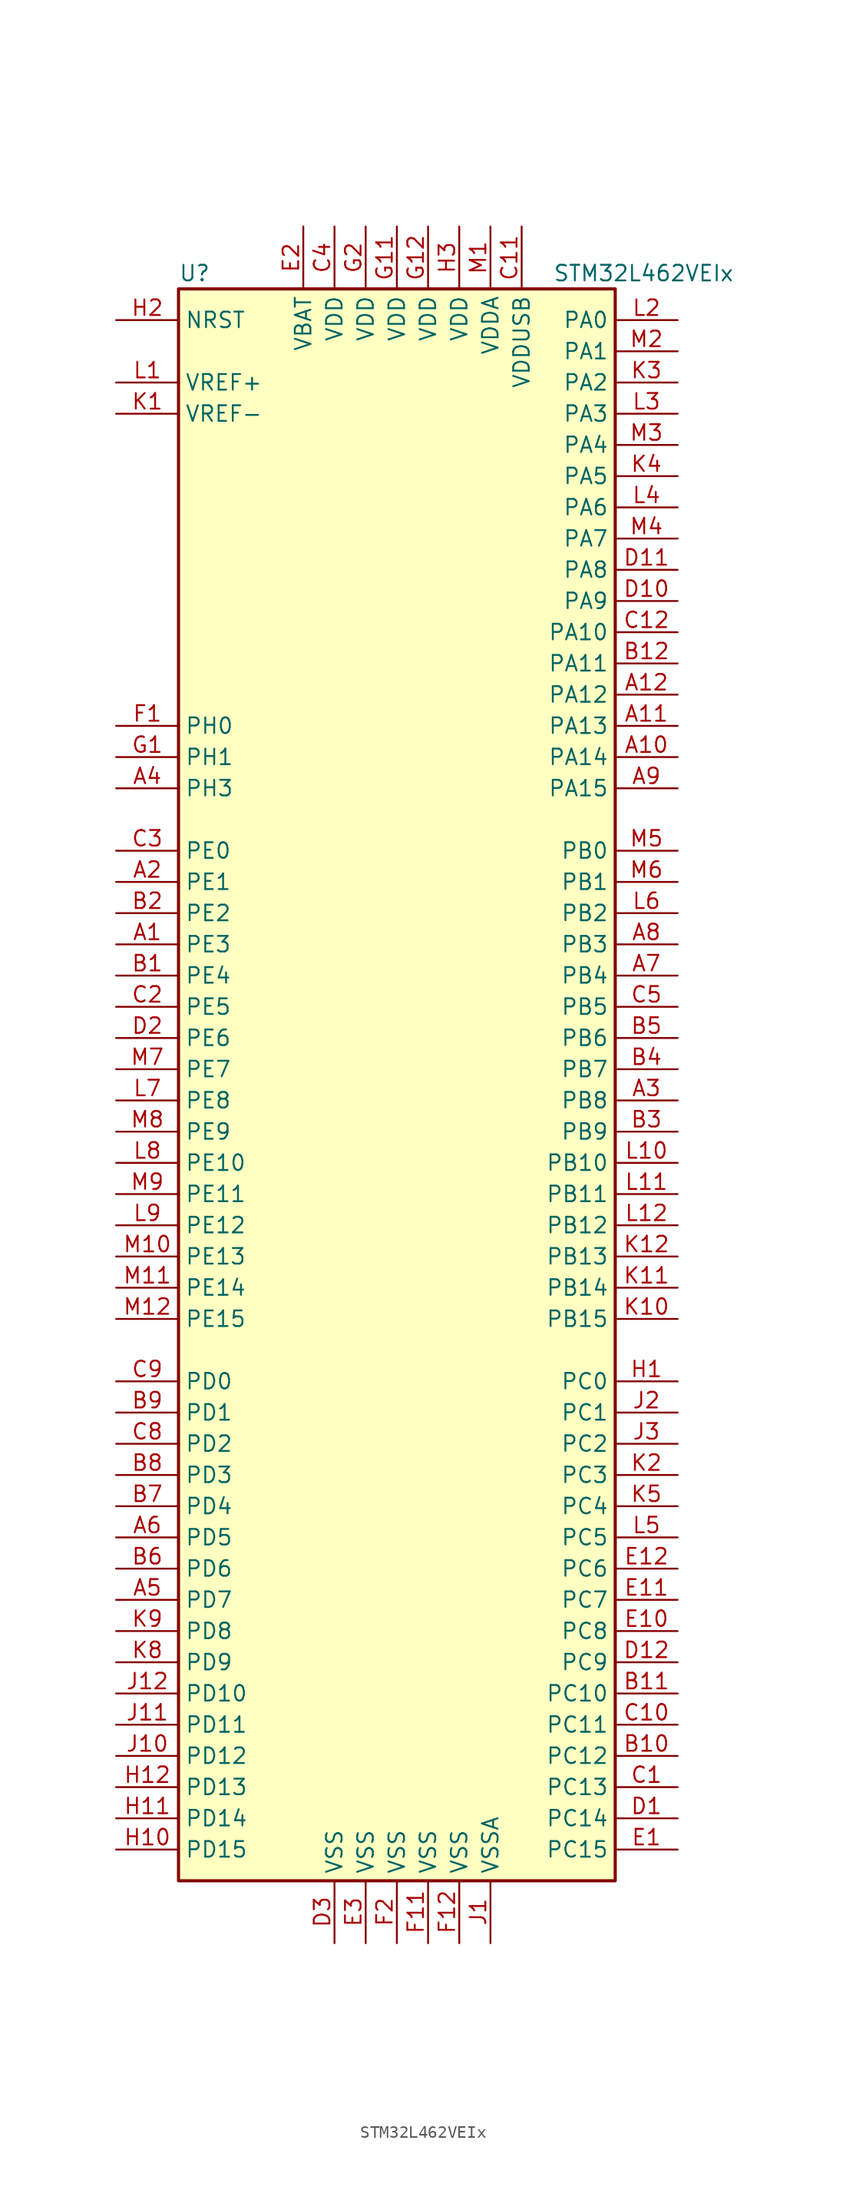
<source format=kicad_sym>
(kicad_symbol_lib
  (version 20220914)
  (generator kicad_symbol_editor)
  (symbol "STM32L462VEIx"
    (property "Reference" "U"
      (at -17.78 64.77 0)
      (effects (font (size 1.27 1.27)) (justify left)))
    (property "Value" "STM32L462VEIx"
      (at 12.7 64.77 0)
      (effects (font (size 1.27 1.27)) (justify left)))
    (symbol "STM32L462VEIx_0_1"
      (rectangle (start -17.78 -66.04) (end 17.78 63.5) (stroke (width 0.254) (type default)) (fill (type background))))
    (symbol "STM32L462VEIx_1_1"
      (pin bidirectional line (at -22.86 10.16 0) (length 5.08) (name "PE3" (effects (font (size 1.27 1.27)))) (number "A1" (effects (font (size 1.27 1.27)))))
      (pin bidirectional line (at 22.86 25.4 180) (length 5.08) (name "PA14" (effects (font (size 1.27 1.27)))) (number "A10" (effects (font (size 1.27 1.27)))))
      (pin bidirectional line (at 22.86 27.94 180) (length 5.08) (name "PA13" (effects (font (size 1.27 1.27)))) (number "A11" (effects (font (size 1.27 1.27)))))
      (pin bidirectional line (at 22.86 30.48 180) (length 5.08) (name "PA12" (effects (font (size 1.27 1.27)))) (number "A12" (effects (font (size 1.27 1.27)))))
      (pin bidirectional line (at -22.86 15.24 0) (length 5.08) (name "PE1" (effects (font (size 1.27 1.27)))) (number "A2" (effects (font (size 1.27 1.27)))))
      (pin bidirectional line (at 22.86 -2.54 180) (length 5.08) (name "PB8" (effects (font (size 1.27 1.27)))) (number "A3" (effects (font (size 1.27 1.27)))))
      (pin bidirectional line (at -22.86 22.86 0) (length 5.08) (name "PH3" (effects (font (size 1.27 1.27)))) (number "A4" (effects (font (size 1.27 1.27)))))
      (pin bidirectional line (at -22.86 -43.18 0) (length 5.08) (name "PD7" (effects (font (size 1.27 1.27)))) (number "A5" (effects (font (size 1.27 1.27)))))
      (pin bidirectional line (at -22.86 -38.1 0) (length 5.08) (name "PD5" (effects (font (size 1.27 1.27)))) (number "A6" (effects (font (size 1.27 1.27)))))
      (pin bidirectional line (at 22.86 7.62 180) (length 5.08) (name "PB4" (effects (font (size 1.27 1.27)))) (number "A7" (effects (font (size 1.27 1.27)))))
      (pin bidirectional line (at 22.86 10.16 180) (length 5.08) (name "PB3" (effects (font (size 1.27 1.27)))) (number "A8" (effects (font (size 1.27 1.27)))))
      (pin bidirectional line (at 22.86 22.86 180) (length 5.08) (name "PA15" (effects (font (size 1.27 1.27)))) (number "A9" (effects (font (size 1.27 1.27)))))
      (pin bidirectional line (at -22.86 7.62 0) (length 5.08) (name "PE4" (effects (font (size 1.27 1.27)))) (number "B1" (effects (font (size 1.27 1.27)))))
      (pin bidirectional line (at 22.86 -55.88 180) (length 5.08) (name "PC12" (effects (font (size 1.27 1.27)))) (number "B10" (effects (font (size 1.27 1.27)))))
      (pin bidirectional line (at 22.86 -50.8 180) (length 5.08) (name "PC10" (effects (font (size 1.27 1.27)))) (number "B11" (effects (font (size 1.27 1.27)))))
      (pin bidirectional line (at 22.86 33.02 180) (length 5.08) (name "PA11" (effects (font (size 1.27 1.27)))) (number "B12" (effects (font (size 1.27 1.27)))))
      (pin bidirectional line (at -22.86 12.7 0) (length 5.08) (name "PE2" (effects (font (size 1.27 1.27)))) (number "B2" (effects (font (size 1.27 1.27)))))
      (pin bidirectional line (at 22.86 -5.08 180) (length 5.08) (name "PB9" (effects (font (size 1.27 1.27)))) (number "B3" (effects (font (size 1.27 1.27)))))
      (pin bidirectional line (at 22.86 0 180) (length 5.08) (name "PB7" (effects (font (size 1.27 1.27)))) (number "B4" (effects (font (size 1.27 1.27)))))
      (pin bidirectional line (at 22.86 2.54 180) (length 5.08) (name "PB6" (effects (font (size 1.27 1.27)))) (number "B5" (effects (font (size 1.27 1.27)))))
      (pin bidirectional line (at -22.86 -40.64 0) (length 5.08) (name "PD6" (effects (font (size 1.27 1.27)))) (number "B6" (effects (font (size 1.27 1.27)))))
      (pin bidirectional line (at -22.86 -35.56 0) (length 5.08) (name "PD4" (effects (font (size 1.27 1.27)))) (number "B7" (effects (font (size 1.27 1.27)))))
      (pin bidirectional line (at -22.86 -33.02 0) (length 5.08) (name "PD3" (effects (font (size 1.27 1.27)))) (number "B8" (effects (font (size 1.27 1.27)))))
      (pin bidirectional line (at -22.86 -27.94 0) (length 5.08) (name "PD1" (effects (font (size 1.27 1.27)))) (number "B9" (effects (font (size 1.27 1.27)))))
      (pin bidirectional line (at 22.86 -58.42 180) (length 5.08) (name "PC13" (effects (font (size 1.27 1.27)))) (number "C1" (effects (font (size 1.27 1.27)))))
      (pin bidirectional line (at 22.86 -53.34 180) (length 5.08) (name "PC11" (effects (font (size 1.27 1.27)))) (number "C10" (effects (font (size 1.27 1.27)))))
      (pin power_in line (at 10.16 68.58 270) (length 5.08) (name "VDDUSB" (effects (font (size 1.27 1.27)))) (number "C11" (effects (font (size 1.27 1.27)))))
      (pin bidirectional line (at 22.86 35.56 180) (length 5.08) (name "PA10" (effects (font (size 1.27 1.27)))) (number "C12" (effects (font (size 1.27 1.27)))))
      (pin bidirectional line (at -22.86 5.08 0) (length 5.08) (name "PE5" (effects (font (size 1.27 1.27)))) (number "C2" (effects (font (size 1.27 1.27)))))
      (pin bidirectional line (at -22.86 17.78 0) (length 5.08) (name "PE0" (effects (font (size 1.27 1.27)))) (number "C3" (effects (font (size 1.27 1.27)))))
      (pin power_in line (at -5.08 68.58 270) (length 5.08) (name "VDD" (effects (font (size 1.27 1.27)))) (number "C4" (effects (font (size 1.27 1.27)))))
      (pin bidirectional line (at 22.86 5.08 180) (length 5.08) (name "PB5" (effects (font (size 1.27 1.27)))) (number "C5" (effects (font (size 1.27 1.27)))))
      (pin bidirectional line (at -22.86 -30.48 0) (length 5.08) (name "PD2" (effects (font (size 1.27 1.27)))) (number "C8" (effects (font (size 1.27 1.27)))))
      (pin bidirectional line (at -22.86 -25.4 0) (length 5.08) (name "PD0" (effects (font (size 1.27 1.27)))) (number "C9" (effects (font (size 1.27 1.27)))))
      (pin bidirectional line (at 22.86 -60.96 180) (length 5.08) (name "PC14" (effects (font (size 1.27 1.27)))) (number "D1" (effects (font (size 1.27 1.27)))))
      (pin bidirectional line (at 22.86 38.1 180) (length 5.08) (name "PA9" (effects (font (size 1.27 1.27)))) (number "D10" (effects (font (size 1.27 1.27)))))
      (pin bidirectional line (at 22.86 40.64 180) (length 5.08) (name "PA8" (effects (font (size 1.27 1.27)))) (number "D11" (effects (font (size 1.27 1.27)))))
      (pin bidirectional line (at 22.86 -48.26 180) (length 5.08) (name "PC9" (effects (font (size 1.27 1.27)))) (number "D12" (effects (font (size 1.27 1.27)))))
      (pin bidirectional line (at -22.86 2.54 0) (length 5.08) (name "PE6" (effects (font (size 1.27 1.27)))) (number "D2" (effects (font (size 1.27 1.27)))))
      (pin power_in line (at -5.08 -71.12 90) (length 5.08) (name "VSS" (effects (font (size 1.27 1.27)))) (number "D3" (effects (font (size 1.27 1.27)))))
      (pin bidirectional line (at 22.86 -63.5 180) (length 5.08) (name "PC15" (effects (font (size 1.27 1.27)))) (number "E1" (effects (font (size 1.27 1.27)))))
      (pin bidirectional line (at 22.86 -45.72 180) (length 5.08) (name "PC8" (effects (font (size 1.27 1.27)))) (number "E10" (effects (font (size 1.27 1.27)))))
      (pin bidirectional line (at 22.86 -43.18 180) (length 5.08) (name "PC7" (effects (font (size 1.27 1.27)))) (number "E11" (effects (font (size 1.27 1.27)))))
      (pin bidirectional line (at 22.86 -40.64 180) (length 5.08) (name "PC6" (effects (font (size 1.27 1.27)))) (number "E12" (effects (font (size 1.27 1.27)))))
      (pin power_in line (at -7.62 68.58 270) (length 5.08) (name "VBAT" (effects (font (size 1.27 1.27)))) (number "E2" (effects (font (size 1.27 1.27)))))
      (pin power_in line (at -2.54 -71.12 90) (length 5.08) (name "VSS" (effects (font (size 1.27 1.27)))) (number "E3" (effects (font (size 1.27 1.27)))))
      (pin input line (at -22.86 27.94 0) (length 5.08) (name "PH0" (effects (font (size 1.27 1.27)))) (number "F1" (effects (font (size 1.27 1.27)))))
      (pin power_in line (at 2.54 -71.12 90) (length 5.08) (name "VSS" (effects (font (size 1.27 1.27)))) (number "F11" (effects (font (size 1.27 1.27)))))
      (pin power_in line (at 5.08 -71.12 90) (length 5.08) (name "VSS" (effects (font (size 1.27 1.27)))) (number "F12" (effects (font (size 1.27 1.27)))))
      (pin power_in line (at 0 -71.12 90) (length 5.08) (name "VSS" (effects (font (size 1.27 1.27)))) (number "F2" (effects (font (size 1.27 1.27)))))
      (pin input line (at -22.86 25.4 0) (length 5.08) (name "PH1" (effects (font (size 1.27 1.27)))) (number "G1" (effects (font (size 1.27 1.27)))))
      (pin power_in line (at 0 68.58 270) (length 5.08) (name "VDD" (effects (font (size 1.27 1.27)))) (number "G11" (effects (font (size 1.27 1.27)))))
      (pin power_in line (at 2.54 68.58 270) (length 5.08) (name "VDD" (effects (font (size 1.27 1.27)))) (number "G12" (effects (font (size 1.27 1.27)))))
      (pin power_in line (at -2.54 68.58 270) (length 5.08) (name "VDD" (effects (font (size 1.27 1.27)))) (number "G2" (effects (font (size 1.27 1.27)))))
      (pin bidirectional line (at 22.86 -25.4 180) (length 5.08) (name "PC0" (effects (font (size 1.27 1.27)))) (number "H1" (effects (font (size 1.27 1.27)))))
      (pin bidirectional line (at -22.86 -63.5 0) (length 5.08) (name "PD15" (effects (font (size 1.27 1.27)))) (number "H10" (effects (font (size 1.27 1.27)))))
      (pin bidirectional line (at -22.86 -60.96 0) (length 5.08) (name "PD14" (effects (font (size 1.27 1.27)))) (number "H11" (effects (font (size 1.27 1.27)))))
      (pin bidirectional line (at -22.86 -58.42 0) (length 5.08) (name "PD13" (effects (font (size 1.27 1.27)))) (number "H12" (effects (font (size 1.27 1.27)))))
      (pin input line (at -22.86 60.96 0) (length 5.08) (name "NRST" (effects (font (size 1.27 1.27)))) (number "H2" (effects (font (size 1.27 1.27)))))
      (pin power_in line (at 5.08 68.58 270) (length 5.08) (name "VDD" (effects (font (size 1.27 1.27)))) (number "H3" (effects (font (size 1.27 1.27)))))
      (pin power_in line (at 7.62 -71.12 90) (length 5.08) (name "VSSA" (effects (font (size 1.27 1.27)))) (number "J1" (effects (font (size 1.27 1.27)))))
      (pin bidirectional line (at -22.86 -55.88 0) (length 5.08) (name "PD12" (effects (font (size 1.27 1.27)))) (number "J10" (effects (font (size 1.27 1.27)))))
      (pin bidirectional line (at -22.86 -53.34 0) (length 5.08) (name "PD11" (effects (font (size 1.27 1.27)))) (number "J11" (effects (font (size 1.27 1.27)))))
      (pin bidirectional line (at -22.86 -50.8 0) (length 5.08) (name "PD10" (effects (font (size 1.27 1.27)))) (number "J12" (effects (font (size 1.27 1.27)))))
      (pin bidirectional line (at 22.86 -27.94 180) (length 5.08) (name "PC1" (effects (font (size 1.27 1.27)))) (number "J2" (effects (font (size 1.27 1.27)))))
      (pin bidirectional line (at 22.86 -30.48 180) (length 5.08) (name "PC2" (effects (font (size 1.27 1.27)))) (number "J3" (effects (font (size 1.27 1.27)))))
      (pin power_in line (at -22.86 53.34 0) (length 5.08) (name "VREF-" (effects (font (size 1.27 1.27)))) (number "K1" (effects (font (size 1.27 1.27)))))
      (pin bidirectional line (at 22.86 -20.32 180) (length 5.08) (name "PB15" (effects (font (size 1.27 1.27)))) (number "K10" (effects (font (size 1.27 1.27)))))
      (pin bidirectional line (at 22.86 -17.78 180) (length 5.08) (name "PB14" (effects (font (size 1.27 1.27)))) (number "K11" (effects (font (size 1.27 1.27)))))
      (pin bidirectional line (at 22.86 -15.24 180) (length 5.08) (name "PB13" (effects (font (size 1.27 1.27)))) (number "K12" (effects (font (size 1.27 1.27)))))
      (pin bidirectional line (at 22.86 -33.02 180) (length 5.08) (name "PC3" (effects (font (size 1.27 1.27)))) (number "K2" (effects (font (size 1.27 1.27)))))
      (pin bidirectional line (at 22.86 55.88 180) (length 5.08) (name "PA2" (effects (font (size 1.27 1.27)))) (number "K3" (effects (font (size 1.27 1.27)))))
      (pin bidirectional line (at 22.86 48.26 180) (length 5.08) (name "PA5" (effects (font (size 1.27 1.27)))) (number "K4" (effects (font (size 1.27 1.27)))))
      (pin bidirectional line (at 22.86 -35.56 180) (length 5.08) (name "PC4" (effects (font (size 1.27 1.27)))) (number "K5" (effects (font (size 1.27 1.27)))))
      (pin bidirectional line (at -22.86 -48.26 0) (length 5.08) (name "PD9" (effects (font (size 1.27 1.27)))) (number "K8" (effects (font (size 1.27 1.27)))))
      (pin bidirectional line (at -22.86 -45.72 0) (length 5.08) (name "PD8" (effects (font (size 1.27 1.27)))) (number "K9" (effects (font (size 1.27 1.27)))))
      (pin bidirectional line (at -22.86 55.88 0) (length 5.08) (name "VREF+" (effects (font (size 1.27 1.27)))) (number "L1" (effects (font (size 1.27 1.27)))))
      (pin bidirectional line (at 22.86 -7.62 180) (length 5.08) (name "PB10" (effects (font (size 1.27 1.27)))) (number "L10" (effects (font (size 1.27 1.27)))))
      (pin bidirectional line (at 22.86 -10.16 180) (length 5.08) (name "PB11" (effects (font (size 1.27 1.27)))) (number "L11" (effects (font (size 1.27 1.27)))))
      (pin bidirectional line (at 22.86 -12.7 180) (length 5.08) (name "PB12" (effects (font (size 1.27 1.27)))) (number "L12" (effects (font (size 1.27 1.27)))))
      (pin bidirectional line (at 22.86 60.96 180) (length 5.08) (name "PA0" (effects (font (size 1.27 1.27)))) (number "L2" (effects (font (size 1.27 1.27)))))
      (pin bidirectional line (at 22.86 53.34 180) (length 5.08) (name "PA3" (effects (font (size 1.27 1.27)))) (number "L3" (effects (font (size 1.27 1.27)))))
      (pin bidirectional line (at 22.86 45.72 180) (length 5.08) (name "PA6" (effects (font (size 1.27 1.27)))) (number "L4" (effects (font (size 1.27 1.27)))))
      (pin bidirectional line (at 22.86 -38.1 180) (length 5.08) (name "PC5" (effects (font (size 1.27 1.27)))) (number "L5" (effects (font (size 1.27 1.27)))))
      (pin bidirectional line (at 22.86 12.7 180) (length 5.08) (name "PB2" (effects (font (size 1.27 1.27)))) (number "L6" (effects (font (size 1.27 1.27)))))
      (pin bidirectional line (at -22.86 -2.54 0) (length 5.08) (name "PE8" (effects (font (size 1.27 1.27)))) (number "L7" (effects (font (size 1.27 1.27)))))
      (pin bidirectional line (at -22.86 -7.62 0) (length 5.08) (name "PE10" (effects (font (size 1.27 1.27)))) (number "L8" (effects (font (size 1.27 1.27)))))
      (pin bidirectional line (at -22.86 -12.7 0) (length 5.08) (name "PE12" (effects (font (size 1.27 1.27)))) (number "L9" (effects (font (size 1.27 1.27)))))
      (pin power_in line (at 7.62 68.58 270) (length 5.08) (name "VDDA" (effects (font (size 1.27 1.27)))) (number "M1" (effects (font (size 1.27 1.27)))))
      (pin bidirectional line (at -22.86 -15.24 0) (length 5.08) (name "PE13" (effects (font (size 1.27 1.27)))) (number "M10" (effects (font (size 1.27 1.27)))))
      (pin bidirectional line (at -22.86 -17.78 0) (length 5.08) (name "PE14" (effects (font (size 1.27 1.27)))) (number "M11" (effects (font (size 1.27 1.27)))))
      (pin bidirectional line (at -22.86 -20.32 0) (length 5.08) (name "PE15" (effects (font (size 1.27 1.27)))) (number "M12" (effects (font (size 1.27 1.27)))))
      (pin bidirectional line (at 22.86 58.42 180) (length 5.08) (name "PA1" (effects (font (size 1.27 1.27)))) (number "M2" (effects (font (size 1.27 1.27)))))
      (pin bidirectional line (at 22.86 50.8 180) (length 5.08) (name "PA4" (effects (font (size 1.27 1.27)))) (number "M3" (effects (font (size 1.27 1.27)))))
      (pin bidirectional line (at 22.86 43.18 180) (length 5.08) (name "PA7" (effects (font (size 1.27 1.27)))) (number "M4" (effects (font (size 1.27 1.27)))))
      (pin bidirectional line (at 22.86 17.78 180) (length 5.08) (name "PB0" (effects (font (size 1.27 1.27)))) (number "M5" (effects (font (size 1.27 1.27)))))
      (pin bidirectional line (at 22.86 15.24 180) (length 5.08) (name "PB1" (effects (font (size 1.27 1.27)))) (number "M6" (effects (font (size 1.27 1.27)))))
      (pin bidirectional line (at -22.86 0 0) (length 5.08) (name "PE7" (effects (font (size 1.27 1.27)))) (number "M7" (effects (font (size 1.27 1.27)))))
      (pin bidirectional line (at -22.86 -5.08 0) (length 5.08) (name "PE9" (effects (font (size 1.27 1.27)))) (number "M8" (effects (font (size 1.27 1.27)))))
      (pin bidirectional line (at -22.86 -10.16 0) (length 5.08) (name "PE11" (effects (font (size 1.27 1.27)))) (number "M9" (effects (font (size 1.27 1.27))))))))
</source>
